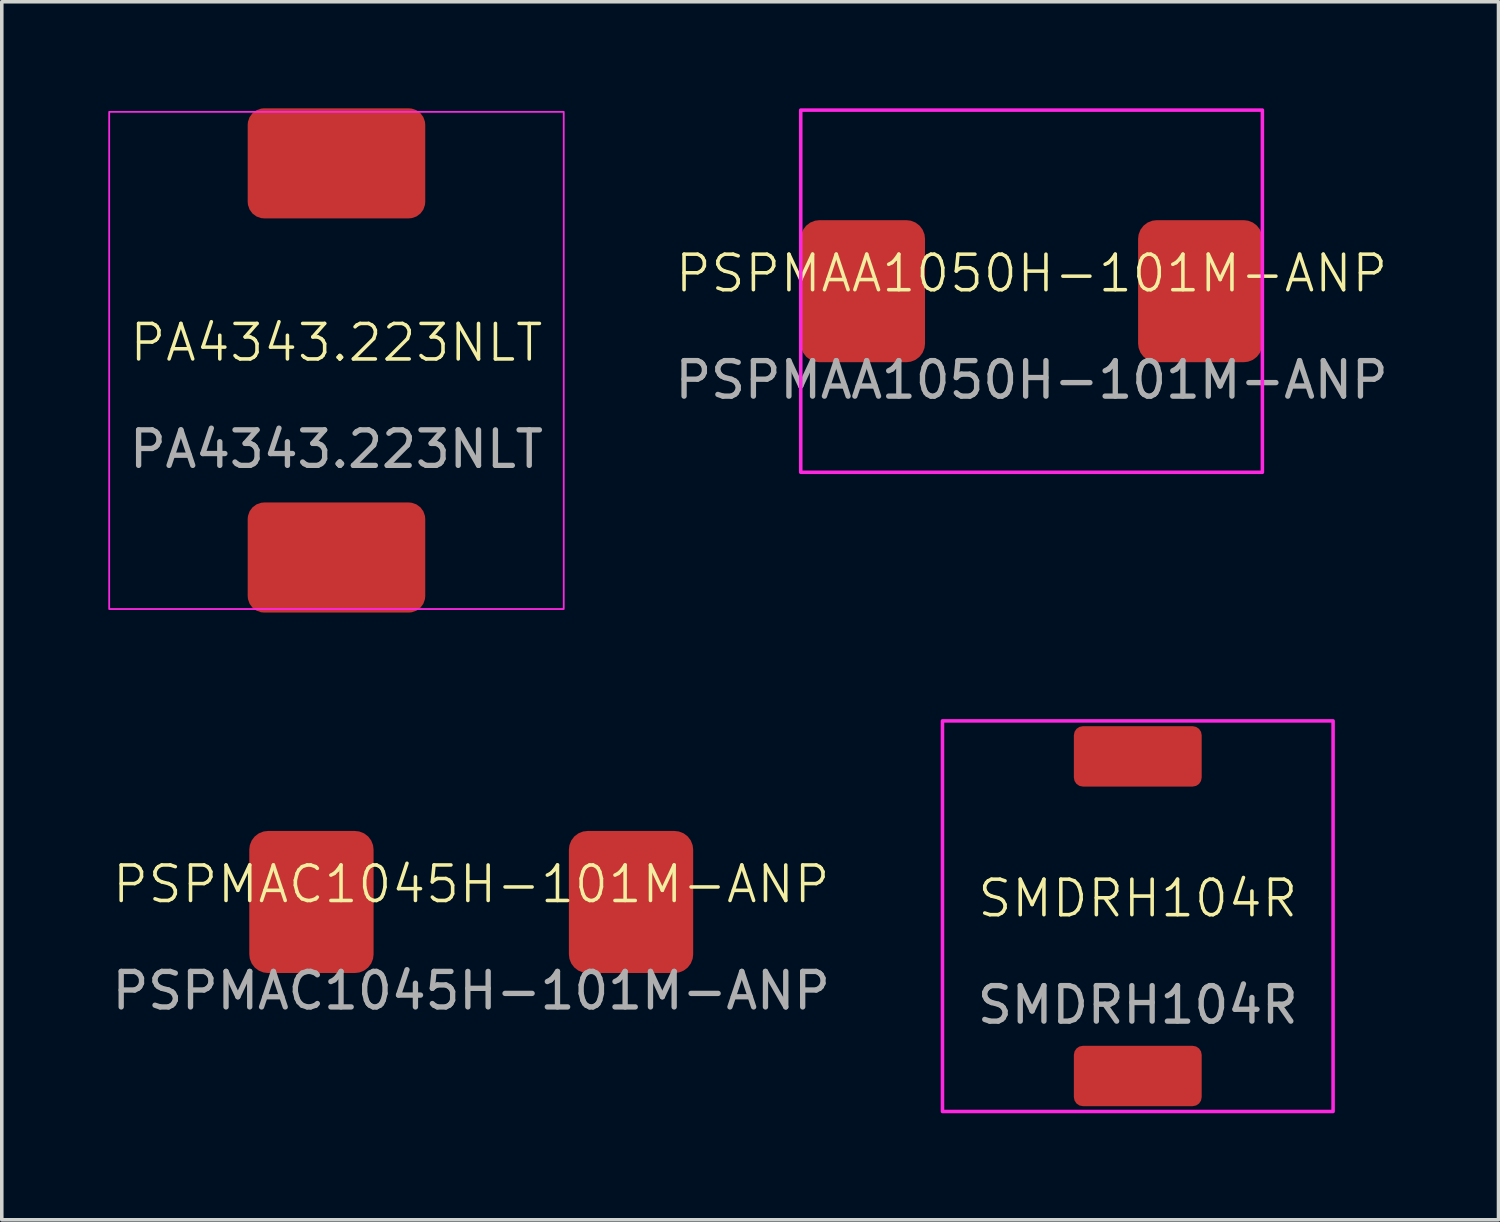
<source format=kicad_pcb>
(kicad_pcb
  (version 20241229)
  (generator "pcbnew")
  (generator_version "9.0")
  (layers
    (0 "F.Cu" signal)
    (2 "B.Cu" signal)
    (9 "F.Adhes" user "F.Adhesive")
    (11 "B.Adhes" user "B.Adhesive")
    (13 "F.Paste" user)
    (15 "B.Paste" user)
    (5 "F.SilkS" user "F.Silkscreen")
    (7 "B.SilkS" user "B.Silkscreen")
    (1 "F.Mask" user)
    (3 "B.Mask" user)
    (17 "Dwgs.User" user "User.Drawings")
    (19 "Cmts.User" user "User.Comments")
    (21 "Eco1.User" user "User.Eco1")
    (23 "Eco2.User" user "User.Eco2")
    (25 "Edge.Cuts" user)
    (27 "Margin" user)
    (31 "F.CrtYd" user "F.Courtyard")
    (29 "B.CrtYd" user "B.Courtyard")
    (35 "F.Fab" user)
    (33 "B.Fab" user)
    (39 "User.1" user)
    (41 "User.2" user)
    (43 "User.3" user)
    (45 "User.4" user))
  (footprint "PSPMAC1045H-101M-ANP"
    (layer "F.Cu")
    (at 10.22 22.35)
    (property "Reference" "PSPMAC1045H-101M-ANP" (at 0 -0.5 0) (unlocked yes) (layer "F.SilkS") (effects (font (size 1 1) (thickness 0.1))))
    (attr smd)
    (fp_rect (start -6.5 -5.1) (end 6.5 5.1) (stroke (width 0.1) (type solid)) (fill no) (layer "Margin"))
    (fp_text user "${REFERENCE}" (at 0 2.5 0) (unlocked yes) (layer "F.Fab") (effects (font (size 1 1) (thickness 0.15))))
    (pad "1" smd roundrect (at -4.5 0) (size 3.5 4) (layers "F.Cu" "F.Mask" "F.Paste") (roundrect_rratio 0.15))
    (pad "2" smd roundrect (at 4.5 0) (size 3.5 4) (layers "F.Cu" "F.Mask" "F.Paste") (roundrect_rratio 0.15)))
  (footprint "PA4343.223NLT"
    (layer "F.Cu")
    (at 6.425 7.1)
    (property "Reference" "PA4343.223NLT" (at 0 -0.5 0) (unlocked yes) (layer "F.SilkS") (effects (font (size 1 1) (thickness 0.1))))
    (attr smd)
    (fp_rect (start -6.4 -7) (end 6.4 7) (stroke (width 0.05) (type solid)) (fill no) (layer "F.CrtYd"))
    (fp_text user "${REFERENCE}" (at 0 2.5 0) (unlocked yes) (layer "F.Fab") (effects (font (size 1 1) (thickness 0.15))))
    (pad "1" smd roundrect (at 0 5.55 90) (size 3.1 5) (layers "F.Cu" "F.Mask" "F.Paste") (roundrect_rratio 0.15))
    (pad "2" smd roundrect (at 0 -5.55 90) (size 3.1 5) (layers "F.Cu" "F.Mask" "F.Paste") (roundrect_rratio 0.15)))
  (footprint "PSPMAA1050H-101M-ANP"
    (layer "F.Cu")
    (at 25.999 5.15)
    (property "Reference" "PSPMAA1050H-101M-ANP" (at 0 -0.5 0) (unlocked yes) (layer "F.SilkS") (effects (font (size 1 1) (thickness 0.1))))
    (attr smd)
    (fp_rect (start -6.5 -5.1) (end 6.5 5.1) (stroke (width 0.1) (type solid)) (fill no) (layer "F.CrtYd"))
    (fp_text user "${REFERENCE}" (at 0 2.5 0) (unlocked yes) (layer "F.Fab") (effects (font (size 1 1) (thickness 0.15))))
    (pad "1" smd roundrect (at -4.75 0) (size 3.5 4) (layers "F.Cu" "F.Mask" "F.Paste") (roundrect_rratio 0.15))
    (pad "2" smd roundrect (at 4.75 0) (size 3.5 4) (layers "F.Cu" "F.Mask" "F.Paste") (roundrect_rratio 0.15)))
  (footprint "SMDRH104R"
    (layer "F.Cu")
    (at 28.99 22.75)
    (property "Reference" "SMDRH104R" (at 0 -0.5 0) (unlocked yes) (layer "F.SilkS") (effects (font (size 1 1) (thickness 0.1))))
    (attr smd)
    (fp_rect (start -5.5 -5.5) (end 5.5 5.5) (stroke (width 0.1) (type solid)) (fill no) (layer "F.CrtYd"))
    (fp_text user "${REFERENCE}" (at 0 2.5 0) (unlocked yes) (layer "F.Fab") (effects (font (size 1 1) (thickness 0.15))))
    (pad "1" smd roundrect (at 0 4.5 90) (size 1.7 3.6) (layers "F.Cu" "F.Mask" "F.Paste") (roundrect_rratio 0.15))
    (pad "2" smd roundrect (at 0 -4.5 90) (size 1.7 3.6) (layers "F.Cu" "F.Mask" "F.Paste") (roundrect_rratio 0.15)))
  (gr_rect
    (start -3 -3)
    (end 39.148 31.3)
    (stroke (width 0.1) (type default))
    (fill no)
    (layer "Edge.Cuts")))
</source>
